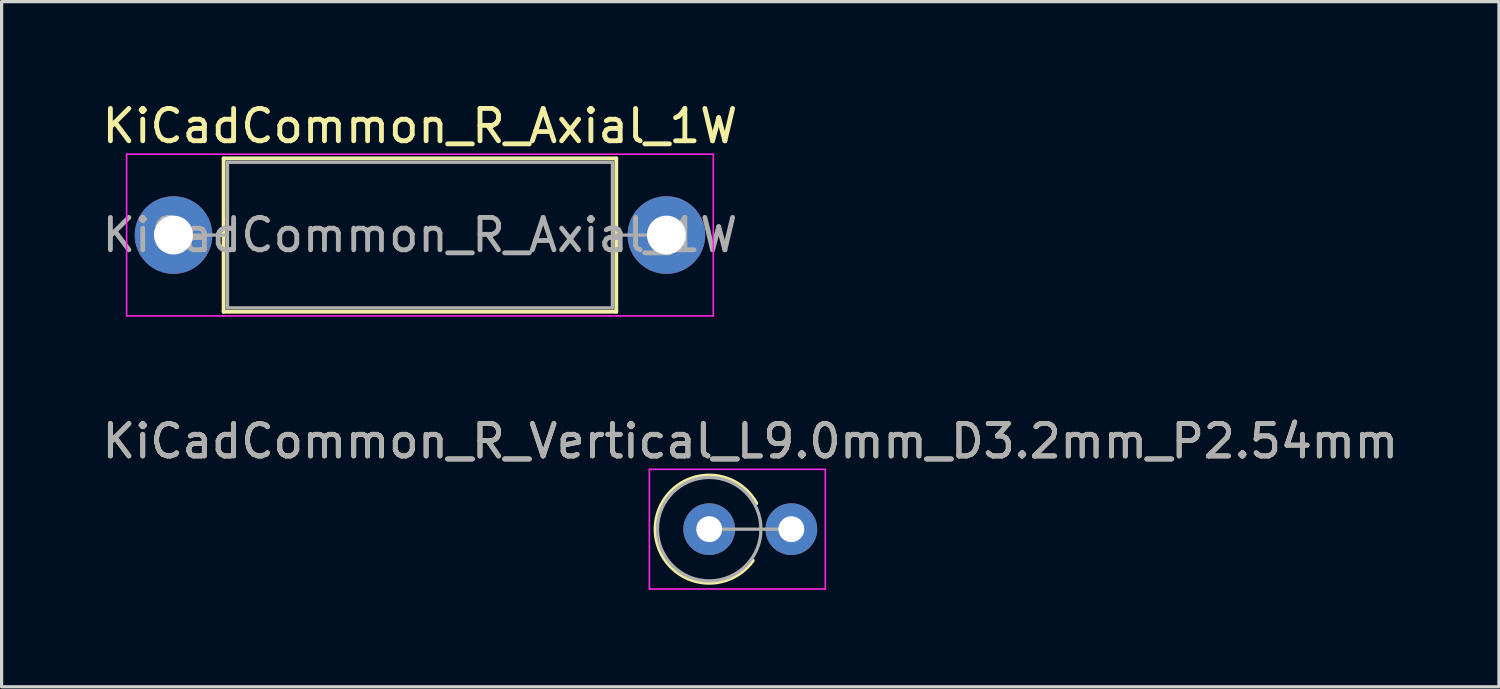
<source format=kicad_pcb>
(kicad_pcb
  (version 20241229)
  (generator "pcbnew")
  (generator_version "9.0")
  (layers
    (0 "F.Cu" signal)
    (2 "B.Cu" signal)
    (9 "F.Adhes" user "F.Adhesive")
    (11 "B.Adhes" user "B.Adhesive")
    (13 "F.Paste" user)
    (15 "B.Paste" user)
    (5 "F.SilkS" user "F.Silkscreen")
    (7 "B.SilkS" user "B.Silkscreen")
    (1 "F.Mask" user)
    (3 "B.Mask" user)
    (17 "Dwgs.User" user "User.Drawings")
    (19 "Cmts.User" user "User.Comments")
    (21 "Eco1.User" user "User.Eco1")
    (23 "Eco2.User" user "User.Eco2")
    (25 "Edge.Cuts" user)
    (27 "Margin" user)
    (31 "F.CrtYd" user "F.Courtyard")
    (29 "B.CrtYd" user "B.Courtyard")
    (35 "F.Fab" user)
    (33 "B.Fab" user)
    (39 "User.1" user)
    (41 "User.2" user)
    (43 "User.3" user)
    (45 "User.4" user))
  (footprint "KiCadCommon_R_Vertical_L9.0mm_D3.2mm_P2.54mm"
    (layer "F.Cu")
    (at 18.879 13.312)
    (property "Reference" "KiCadCommon_R_Vertical_L9.0mm_D3.2mm_P2.54mm" (at 1.27 -2.72 0) (layer "F.SilkS") (effects (font (size 1 1) (thickness 0.15))))
    (attr through_hole)
    (fp_arc (start 1.344775 0.97138) (mid -1.655812 -0.101418) (end 1.453272 -0.8) (stroke (width 0.12) (type solid)) (layer "F.SilkS"))
    (fp_line (start -1.85 -1.85) (end -1.85 1.85) (stroke (width 0.05) (type solid)) (layer "F.CrtYd"))
    (fp_line (start -1.85 1.85) (end 3.59 1.85) (stroke (width 0.05) (type solid)) (layer "F.CrtYd"))
    (fp_line (start 3.59 -1.85) (end -1.85 -1.85) (stroke (width 0.05) (type solid)) (layer "F.CrtYd"))
    (fp_line (start 3.59 1.85) (end 3.59 -1.85) (stroke (width 0.05) (type solid)) (layer "F.CrtYd"))
    (fp_line (start 0 0) (end 2.54 0) (stroke (width 0.1) (type solid)) (layer "F.Fab"))
    (fp_circle (center 0 0) (end 1.6 0) (stroke (width 0.1) (type solid)) (fill no) (layer "F.Fab"))
    (fp_text user "${REFERENCE}" (at 1.27 -2.72 0) (layer "F.Fab") (effects (font (size 1 1) (thickness 0.15))))
    (pad "1" thru_hole circle (at 0 0) (size 1.6 1.6) (drill 0.8) (layers "*.Cu" "*.Mask"))
    (pad "2" thru_hole oval (at 2.54 0) (size 1.6 1.6) (drill 0.8) (layers "*.Cu" "*.Mask")))
  (footprint "KiCadCommon_R_Axial_1W"
    (layer "F.Cu")
    (at 2.315 4.218)
    (property "Reference" "KiCadCommon_R_Axial_1W" (at 7.62 -3.37 0) (layer "F.SilkS") (effects (font (size 1 1) (thickness 0.15))))
    (attr through_hole)
    (fp_line (start 1.44 0) (end 1.55 0) (stroke (width 0.12) (type solid)) (layer "F.SilkS"))
    (fp_line (start 1.55 -2.37) (end 1.55 2.37) (stroke (width 0.12) (type solid)) (layer "F.SilkS"))
    (fp_line (start 1.55 2.37) (end 13.69 2.37) (stroke (width 0.12) (type solid)) (layer "F.SilkS"))
    (fp_line (start 13.69 -2.37) (end 1.55 -2.37) (stroke (width 0.12) (type solid)) (layer "F.SilkS"))
    (fp_line (start 13.69 2.37) (end 13.69 -2.37) (stroke (width 0.12) (type solid)) (layer "F.SilkS"))
    (fp_line (start 13.8 0) (end 13.69 0) (stroke (width 0.12) (type solid)) (layer "F.SilkS"))
    (fp_line (start -1.45 -2.5) (end -1.45 2.5) (stroke (width 0.05) (type solid)) (layer "F.CrtYd"))
    (fp_line (start -1.45 2.5) (end 16.69 2.5) (stroke (width 0.05) (type solid)) (layer "F.CrtYd"))
    (fp_line (start 16.69 -2.5) (end -1.45 -2.5) (stroke (width 0.05) (type solid)) (layer "F.CrtYd"))
    (fp_line (start 16.69 2.5) (end 16.69 -2.5) (stroke (width 0.05) (type solid)) (layer "F.CrtYd"))
    (fp_line (start 0 0) (end 1.67 0) (stroke (width 0.1) (type solid)) (layer "F.Fab"))
    (fp_line (start 1.67 -2.25) (end 1.67 2.25) (stroke (width 0.1) (type solid)) (layer "F.Fab"))
    (fp_line (start 1.67 2.25) (end 13.57 2.25) (stroke (width 0.1) (type solid)) (layer "F.Fab"))
    (fp_line (start 13.57 -2.25) (end 1.67 -2.25) (stroke (width 0.1) (type solid)) (layer "F.Fab"))
    (fp_line (start 13.57 2.25) (end 13.57 -2.25) (stroke (width 0.1) (type solid)) (layer "F.Fab"))
    (fp_line (start 15.24 0) (end 13.57 0) (stroke (width 0.1) (type solid)) (layer "F.Fab"))
    (fp_text user "${REFERENCE}" (at 7.62 0 0) (layer "F.Fab") (effects (font (size 1 1) (thickness 0.15))))
    (pad "1" thru_hole circle (at 0 0) (size 2.4 2.4) (drill 1.2) (layers "*.Cu" "*.Mask"))
    (pad "2" thru_hole oval (at 15.24 0) (size 2.4 2.4) (drill 1.2) (layers "*.Cu" "*.Mask")))
  (gr_rect
    (start -3 -3)
    (end 43.298 18.186)
    (stroke (width 0.1) (type default))
    (fill no)
    (layer "Edge.Cuts")))
</source>
